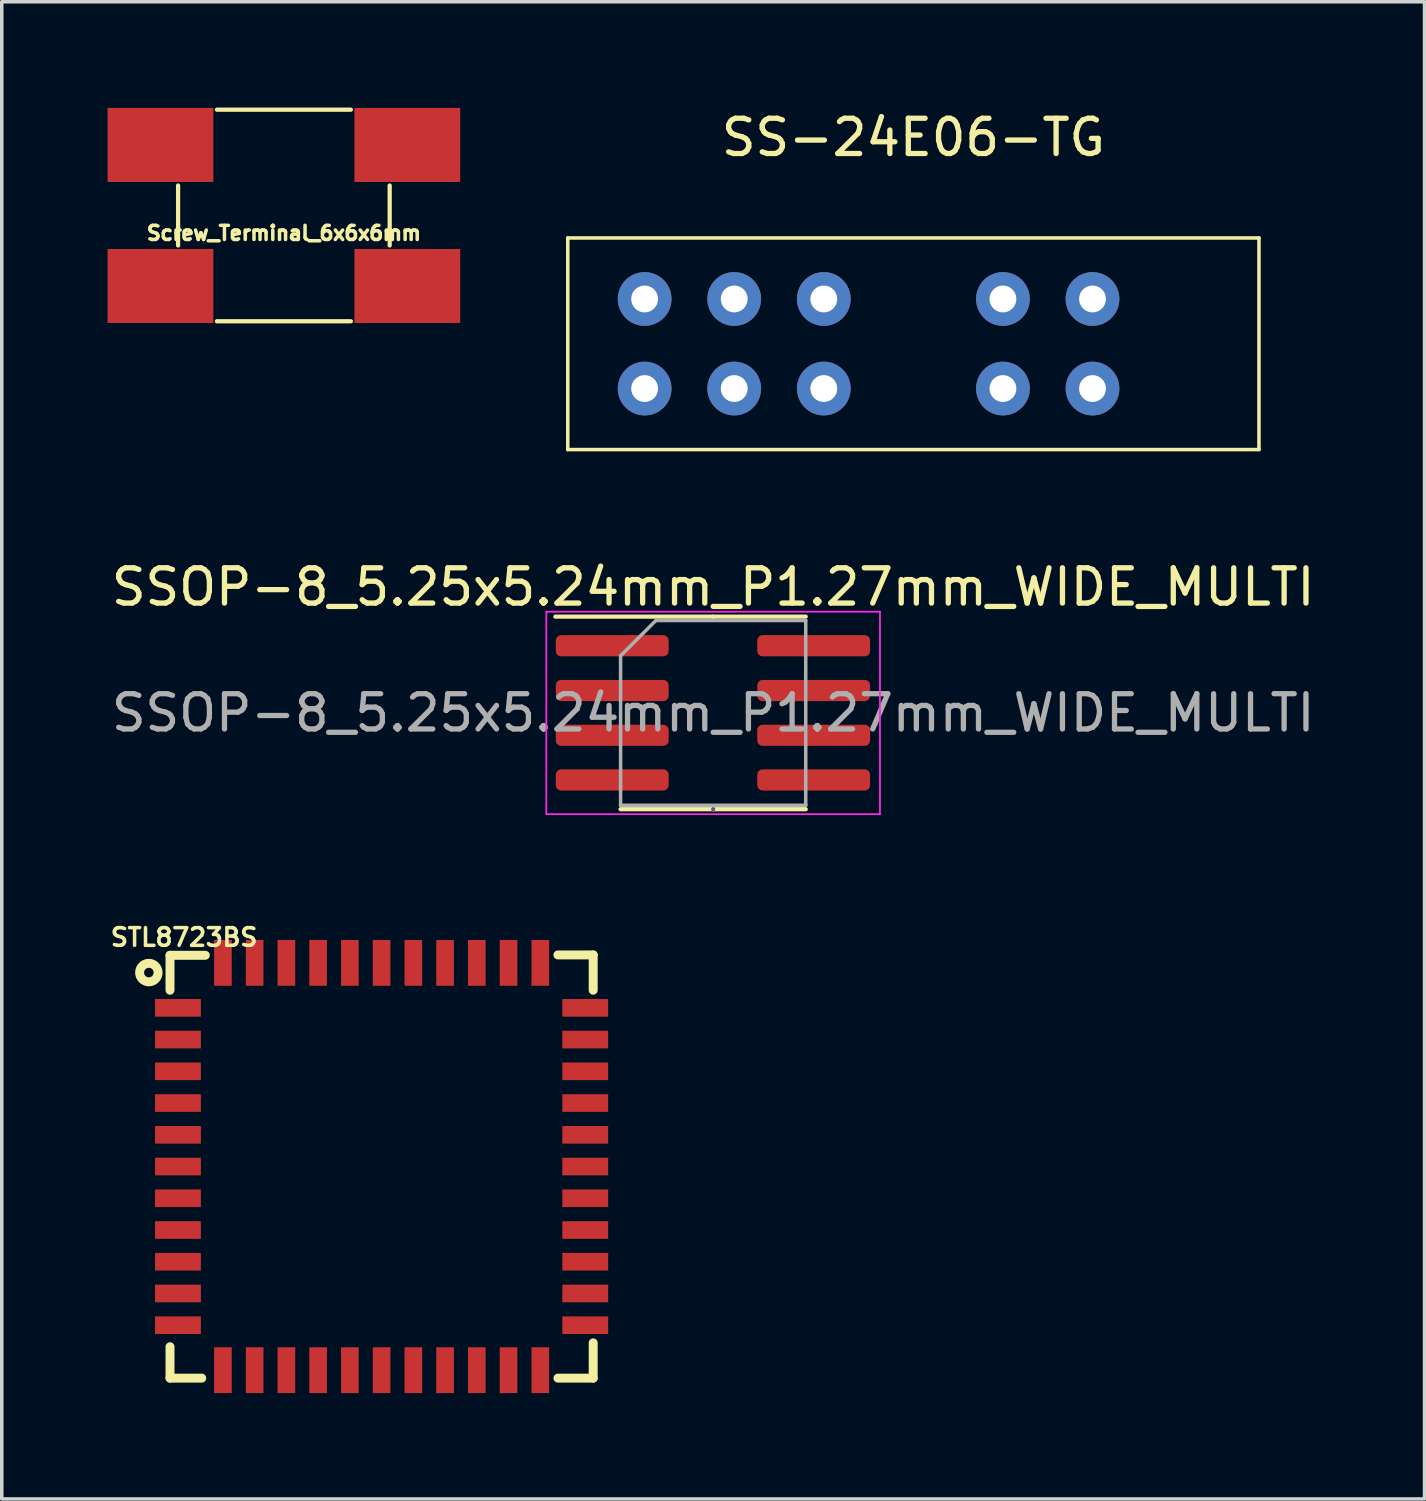
<source format=kicad_pcb>
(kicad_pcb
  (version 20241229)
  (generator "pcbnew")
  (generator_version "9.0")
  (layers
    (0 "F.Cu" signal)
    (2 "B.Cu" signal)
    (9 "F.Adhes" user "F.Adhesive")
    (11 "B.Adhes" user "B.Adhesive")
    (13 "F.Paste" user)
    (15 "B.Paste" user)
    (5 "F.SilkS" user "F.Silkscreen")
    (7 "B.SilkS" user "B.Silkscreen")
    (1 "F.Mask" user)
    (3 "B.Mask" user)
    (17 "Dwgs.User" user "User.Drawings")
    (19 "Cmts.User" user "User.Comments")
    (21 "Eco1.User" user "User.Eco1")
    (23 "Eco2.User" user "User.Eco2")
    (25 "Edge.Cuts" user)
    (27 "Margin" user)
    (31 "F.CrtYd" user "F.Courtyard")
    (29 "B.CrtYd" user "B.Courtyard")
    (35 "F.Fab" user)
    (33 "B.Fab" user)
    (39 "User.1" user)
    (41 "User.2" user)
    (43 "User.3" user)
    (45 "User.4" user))
  (footprint "Screw_Terminal_6x6x6mm"
    (layer "F.Cu")
    (at 5 3.06)
    (property "Reference" "Screw_Terminal_6x6x6mm" (at 0 0.5 0) (layer "F.SilkS") (effects (font (size 0.4 0.4) (thickness 0.1))))
    (attr through_hole)
    (fp_line (start -3 -0.85) (end -3 0.85) (stroke (width 0.12) (type solid)) (layer "F.SilkS"))
    (fp_line (start -1.9 -3) (end 1.9 -3) (stroke (width 0.12) (type solid)) (layer "F.SilkS"))
    (fp_line (start -1.9 3) (end 1.9 3) (stroke (width 0.12) (type solid)) (layer "F.SilkS"))
    (fp_line (start 3 -0.85) (end 3 0.85) (stroke (width 0.12) (type solid)) (layer "F.SilkS"))
    (pad "1" smd trapezoid (at -3.5 -2) (size 3 2.1) (layers "F.Cu" "F.Mask" "F.Paste"))
    (pad "1" smd trapezoid (at -3.5 2) (size 3 2.1) (layers "F.Cu" "F.Mask" "F.Paste"))
    (pad "1" smd trapezoid (at 3.5 -2) (size 3 2.1) (layers "F.Cu" "F.Mask" "F.Paste"))
    (pad "1" smd trapezoid (at 3.5 2) (size 3 2.1) (layers "F.Cu" "F.Mask" "F.Paste")))
  (footprint "STL8723BS"
    (layer "F.Cu")
    (at 7.771 30.029)
    (property "Reference" "STL8723BS" (at -5.6 -6.5 180) (layer "F.SilkS") (effects (font (size 0.5 0.5) (thickness 0.1))))
    (attr smd)
    (fp_line (start -6 -5.99) (end -6 -5) (stroke (width 0.254) (type solid)) (layer "F.SilkS"))
    (fp_line (start -6 -5.99) (end -5 -5.99) (stroke (width 0.254) (type solid)) (layer "F.SilkS"))
    (fp_line (start -6 5.11) (end -6 6) (stroke (width 0.254) (type solid)) (layer "F.SilkS"))
    (fp_line (start -6 6) (end -5.1 6) (stroke (width 0.254) (type solid)) (layer "F.SilkS"))
    (fp_line (start 5 -6) (end 6 -6) (stroke (width 0.254) (type solid)) (layer "F.SilkS"))
    (fp_line (start 6 -5) (end 6 -6) (stroke (width 0.254) (type solid)) (layer "F.SilkS"))
    (fp_line (start 6 6) (end 5 6) (stroke (width 0.254) (type solid)) (layer "F.SilkS"))
    (fp_line (start 6 6) (end 6 5) (stroke (width 0.254) (type solid)) (layer "F.SilkS"))
    (fp_circle (center -6.6 -5.5) (end -6.35 -5.58) (stroke (width 0.254) (type solid)) (fill no) (layer "F.SilkS"))
    (pad "1" smd rect (at -5.775 -4.5) (size 1.3 0.5) (layers "F.Cu" "F.Mask" "F.Paste"))
    (pad "2" smd rect (at -5.775 -3.6) (size 1.3 0.5) (layers "F.Cu" "F.Mask" "F.Paste"))
    (pad "3" smd rect (at -5.775 -2.7) (size 1.3 0.5) (layers "F.Cu" "F.Mask" "F.Paste"))
    (pad "4" smd rect (at -5.775 -1.8) (size 1.3 0.5) (layers "F.Cu" "F.Mask" "F.Paste"))
    (pad "5" smd rect (at -5.775 -0.9) (size 1.3 0.5) (layers "F.Cu" "F.Mask" "F.Paste"))
    (pad "6" smd rect (at -5.775 0) (size 1.3 0.5) (layers "F.Cu" "F.Mask" "F.Paste"))
    (pad "7" smd rect (at -5.775 0.9) (size 1.3 0.5) (layers "F.Cu" "F.Mask" "F.Paste"))
    (pad "8" smd rect (at -5.775 1.8) (size 1.3 0.5) (layers "F.Cu" "F.Mask" "F.Paste"))
    (pad "9" smd rect (at -5.775 2.7) (size 1.3 0.5) (layers "F.Cu" "F.Mask" "F.Paste"))
    (pad "10" smd rect (at -5.775 3.6) (size 1.3 0.5) (layers "F.Cu" "F.Mask" "F.Paste"))
    (pad "11" smd rect (at -5.775 4.5) (size 1.3 0.5) (layers "F.Cu" "F.Mask" "F.Paste"))
    (pad "12" smd rect (at -4.5 5.775 90) (size 1.3 0.5) (layers "F.Cu" "F.Mask" "F.Paste"))
    (pad "13" smd rect (at -3.6 5.775 90) (size 1.3 0.5) (layers "F.Cu" "F.Mask" "F.Paste"))
    (pad "14" smd rect (at -2.7 5.775 90) (size 1.3 0.5) (layers "F.Cu" "F.Mask" "F.Paste"))
    (pad "15" smd rect (at -1.8 5.775 90) (size 1.3 0.5) (layers "F.Cu" "F.Mask" "F.Paste"))
    (pad "16" smd rect (at -0.9 5.775 90) (size 1.3 0.5) (layers "F.Cu" "F.Mask" "F.Paste"))
    (pad "17" smd rect (at 0 5.775 90) (size 1.3 0.5) (layers "F.Cu" "F.Mask" "F.Paste"))
    (pad "18" smd rect (at 0.9 5.775 90) (size 1.3 0.5) (layers "F.Cu" "F.Mask" "F.Paste"))
    (pad "19" smd rect (at 1.8 5.775 90) (size 1.3 0.5) (layers "F.Cu" "F.Mask" "F.Paste"))
    (pad "20" smd rect (at 2.7 5.775 90) (size 1.3 0.5) (layers "F.Cu" "F.Mask" "F.Paste"))
    (pad "21" smd rect (at 3.6 5.775 90) (size 1.3 0.5) (layers "F.Cu" "F.Mask" "F.Paste"))
    (pad "22" smd rect (at 4.5 5.775 90) (size 1.3 0.5) (layers "F.Cu" "F.Mask" "F.Paste"))
    (pad "23" smd rect (at 5.775 4.5 180) (size 1.3 0.5) (layers "F.Cu" "F.Mask" "F.Paste"))
    (pad "24" smd rect (at 5.775 3.6 180) (size 1.3 0.5) (layers "F.Cu" "F.Mask" "F.Paste"))
    (pad "25" smd rect (at 5.775 2.7 180) (size 1.3 0.5) (layers "F.Cu" "F.Mask" "F.Paste"))
    (pad "26" smd rect (at 5.775 1.8 180) (size 1.3 0.5) (layers "F.Cu" "F.Mask" "F.Paste"))
    (pad "27" smd rect (at 5.775 0.9 180) (size 1.3 0.5) (layers "F.Cu" "F.Mask" "F.Paste"))
    (pad "28" smd rect (at 5.775 0 180) (size 1.3 0.5) (layers "F.Cu" "F.Mask" "F.Paste"))
    (pad "29" smd rect (at 5.775 -0.9 180) (size 1.3 0.5) (layers "F.Cu" "F.Mask" "F.Paste"))
    (pad "30" smd rect (at 5.775 -1.8 180) (size 1.3 0.5) (layers "F.Cu" "F.Mask" "F.Paste"))
    (pad "31" smd rect (at 5.775 -2.7 180) (size 1.3 0.5) (layers "F.Cu" "F.Mask" "F.Paste"))
    (pad "32" smd rect (at 5.775 -3.6 180) (size 1.3 0.5) (layers "F.Cu" "F.Mask" "F.Paste"))
    (pad "33" smd rect (at 5.775 -4.5 180) (size 1.3 0.5) (layers "F.Cu" "F.Mask" "F.Paste"))
    (pad "34" smd rect (at 4.5 -5.775 270) (size 1.3 0.5) (layers "F.Cu" "F.Mask" "F.Paste"))
    (pad "35" smd rect (at 3.6 -5.775 270) (size 1.3 0.5) (layers "F.Cu" "F.Mask" "F.Paste"))
    (pad "36" smd rect (at 2.7 -5.775 270) (size 1.3 0.5) (layers "F.Cu" "F.Mask" "F.Paste"))
    (pad "37" smd rect (at 1.8 -5.775 270) (size 1.3 0.5) (layers "F.Cu" "F.Mask" "F.Paste"))
    (pad "38" smd rect (at 0.9 -5.775 270) (size 1.3 0.5) (layers "F.Cu" "F.Mask" "F.Paste"))
    (pad "39" smd rect (at 0 -5.775 270) (size 1.3 0.5) (layers "F.Cu" "F.Mask" "F.Paste"))
    (pad "40" smd rect (at -0.9 -5.775 270) (size 1.3 0.5) (layers "F.Cu" "F.Mask" "F.Paste"))
    (pad "41" smd rect (at -1.8 -5.775 270) (size 1.3 0.5) (layers "F.Cu" "F.Mask" "F.Paste"))
    (pad "42" smd rect (at -2.7 -5.775 270) (size 1.3 0.5) (layers "F.Cu" "F.Mask" "F.Paste"))
    (pad "43" smd rect (at -3.6 -5.775 270) (size 1.3 0.5) (layers "F.Cu" "F.Mask" "F.Paste"))
    (pad "44" smd rect (at -4.5 -5.775 270) (size 1.3 0.5) (layers "F.Cu" "F.Mask" "F.Paste")))
  (footprint "SSOP-8_5.25x5.24mm_P1.27mm_WIDE_MULTI"
    (layer "F.Cu")
    (at 17.173 17.166)
    (property "Reference" "SSOP-8_5.25x5.24mm_P1.27mm_WIDE_MULTI" (at 0 -3.57 0) (layer "F.SilkS") (effects (font (size 1 1) (thickness 0.15))))
    (attr smd)
    (fp_line (start 0 -2.73) (end -4.475 -2.73) (stroke (width 0.12) (type solid)) (layer "F.SilkS"))
    (fp_line (start 0 -2.73) (end 2.625 -2.73) (stroke (width 0.12) (type solid)) (layer "F.SilkS"))
    (fp_line (start 0 2.73) (end -2.625 2.73) (stroke (width 0.12) (type solid)) (layer "F.SilkS"))
    (fp_line (start 0 2.73) (end 2.625 2.73) (stroke (width 0.12) (type solid)) (layer "F.SilkS"))
    (fp_line (start -4.73 -2.87) (end -4.73 2.87) (stroke (width 0.05) (type solid)) (layer "F.CrtYd"))
    (fp_line (start -4.73 2.87) (end 4.73 2.87) (stroke (width 0.05) (type solid)) (layer "F.CrtYd"))
    (fp_line (start 4.73 -2.87) (end -4.73 -2.87) (stroke (width 0.05) (type solid)) (layer "F.CrtYd"))
    (fp_line (start 4.73 2.87) (end 4.73 -2.87) (stroke (width 0.05) (type solid)) (layer "F.CrtYd"))
    (fp_line (start 0 2.73) (end 0 2.73) (stroke (width 0.12) (type solid)) (layer "B.Fab"))
    (fp_line (start -2.625 -1.62) (end -1.625 -2.62) (stroke (width 0.1) (type solid)) (layer "F.Fab"))
    (fp_line (start -2.625 2.62) (end -2.625 -1.62) (stroke (width 0.1) (type solid)) (layer "F.Fab"))
    (fp_line (start -1.625 -2.62) (end 2.625 -2.62) (stroke (width 0.1) (type solid)) (layer "F.Fab"))
    (fp_line (start 2.625 -2.62) (end 2.625 2.62) (stroke (width 0.1) (type solid)) (layer "F.Fab"))
    (fp_line (start 2.625 2.62) (end -2.625 2.62) (stroke (width 0.1) (type solid)) (layer "F.Fab"))
    (fp_text user "${REFERENCE}" (at 0 0 0) (layer "F.Fab") (effects (font (size 1 1) (thickness 0.15))))
    (pad "1" smd roundrect (at -2.862 -1.905) (size 3.2 0.6) (layers "F.Cu" "F.Mask" "F.Paste") (roundrect_rratio 0.25))
    (pad "2" smd roundrect (at -2.862 -0.635) (size 3.2 0.6) (layers "F.Cu" "F.Mask" "F.Paste") (roundrect_rratio 0.25))
    (pad "3" smd roundrect (at -2.862 0.635) (size 3.2 0.6) (layers "F.Cu" "F.Mask" "F.Paste") (roundrect_rratio 0.25))
    (pad "4" smd roundrect (at -2.862 1.9) (size 3.2 0.6) (layers "F.Cu" "F.Mask" "F.Paste") (roundrect_rratio 0.25))
    (pad "5" smd roundrect (at 2.85 1.9) (size 3.2 0.6) (layers "F.Cu" "F.Mask" "F.Paste") (roundrect_rratio 0.25))
    (pad "6" smd roundrect (at 2.85 0.635) (size 3.2 0.6) (layers "F.Cu" "F.Mask" "F.Paste") (roundrect_rratio 0.25))
    (pad "7" smd roundrect (at 2.85 -0.635) (size 3.2 0.6) (layers "F.Cu" "F.Mask" "F.Paste") (roundrect_rratio 0.25))
    (pad "8" smd roundrect (at 2.85 -1.905) (size 3.2 0.6) (layers "F.Cu" "F.Mask" "F.Paste") (roundrect_rratio 0.25)))
  (footprint "SS-24E06-TG"
    (layer "F.Cu")
    (at 22.85 6.698)
    (property "Reference" "SS-24E06-TG" (at 0 -5.85 0) (layer "F.SilkS") (effects (font (size 1 1) (thickness 0.15))))
    (attr through_hole)
    (fp_line (start -9.8 -3) (end 9.8 -3) (stroke (width 0.1) (type solid)) (layer "F.SilkS"))
    (fp_line (start -9.8 3) (end -9.8 -3) (stroke (width 0.1) (type solid)) (layer "F.SilkS"))
    (fp_line (start 9.8 -3) (end 9.8 3) (stroke (width 0.1) (type solid)) (layer "F.SilkS"))
    (fp_line (start 9.8 3) (end -9.8 3) (stroke (width 0.1) (type solid)) (layer "F.SilkS"))
    (pad "1" thru_hole circle (at -7.62 1.27) (size 1.524 1.524) (drill 0.762) (layers "*.Cu" "*.Mask"))
    (pad "2" thru_hole circle (at -5.08 1.27) (size 1.524 1.524) (drill 0.762) (layers "*.Cu" "*.Mask"))
    (pad "3" thru_hole circle (at -2.54 1.27) (size 1.524 1.524) (drill 0.762) (layers "*.Cu" "*.Mask"))
    (pad "4" thru_hole circle (at 2.54 1.27) (size 1.524 1.524) (drill 0.762) (layers "*.Cu" "*.Mask"))
    (pad "5" thru_hole circle (at 5.08 1.27) (size 1.524 1.524) (drill 0.762) (layers "*.Cu" "*.Mask"))
    (pad "6" thru_hole circle (at -7.62 -1.27) (size 1.524 1.524) (drill 0.762) (layers "*.Cu" "*.Mask"))
    (pad "7" thru_hole circle (at -5.08 -1.27) (size 1.524 1.524) (drill 0.762) (layers "*.Cu" "*.Mask"))
    (pad "8" thru_hole circle (at -2.54 -1.27) (size 1.524 1.524) (drill 0.762) (layers "*.Cu" "*.Mask"))
    (pad "9" thru_hole circle (at 2.54 -1.27) (size 1.524 1.524) (drill 0.762) (layers "*.Cu" "*.Mask"))
    (pad "10" thru_hole circle (at 5.08 -1.27) (size 1.524 1.524) (drill 0.762) (layers "*.Cu" "*.Mask")))
  (gr_rect
    (start -3 -3)
    (end 37.345 39.455)
    (stroke (width 0.1) (type default))
    (fill no)
    (layer "Edge.Cuts")))
</source>
